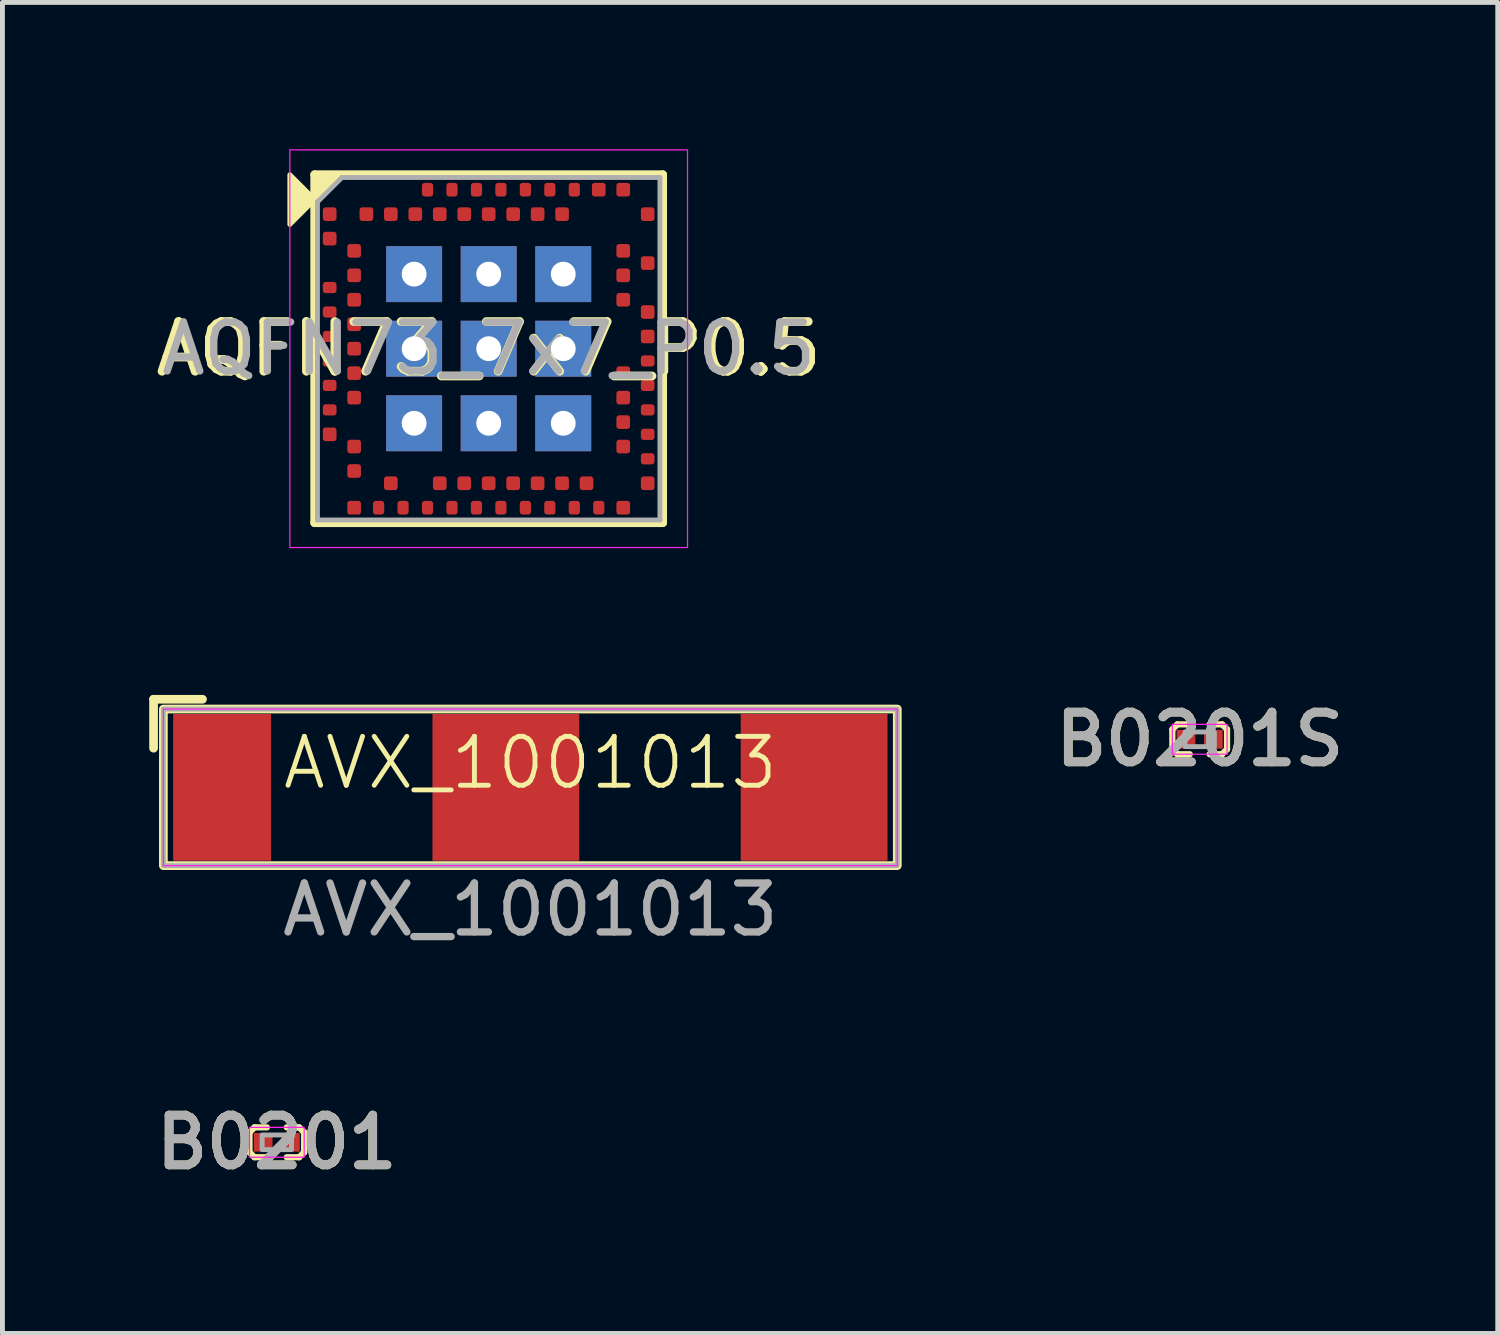
<source format=kicad_pcb>
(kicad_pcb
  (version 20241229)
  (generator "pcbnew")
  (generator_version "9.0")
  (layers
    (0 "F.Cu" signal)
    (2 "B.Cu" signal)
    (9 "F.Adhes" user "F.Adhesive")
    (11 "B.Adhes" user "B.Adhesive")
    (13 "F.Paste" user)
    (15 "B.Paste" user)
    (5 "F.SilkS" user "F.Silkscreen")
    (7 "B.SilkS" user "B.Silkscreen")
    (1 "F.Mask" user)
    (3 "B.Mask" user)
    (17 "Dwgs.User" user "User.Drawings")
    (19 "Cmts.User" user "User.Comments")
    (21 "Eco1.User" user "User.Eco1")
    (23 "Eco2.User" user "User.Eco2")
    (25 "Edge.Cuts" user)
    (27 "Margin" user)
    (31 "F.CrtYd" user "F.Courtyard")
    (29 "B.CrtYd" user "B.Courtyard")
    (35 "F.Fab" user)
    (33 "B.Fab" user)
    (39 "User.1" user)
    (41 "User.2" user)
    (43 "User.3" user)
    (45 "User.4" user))
  (footprint "B0201S"
    (layer "F.Cu")
    (at 21.47 12.06)
    (property "Reference" "B0201S" (at 0 0 0) (layer "F.SilkS") (effects (font (size 1.016 1.016) (thickness 0.178))))
    (attr smd)
    (fp_line (start -0.559 -0.203) (end -0.559 0.203) (stroke (width 0.127) (type solid)) (layer "F.SilkS"))
    (fp_line (start -0.559 -0.203) (end -0.457 -0.305) (stroke (width 0.127) (type solid)) (layer "F.SilkS"))
    (fp_line (start -0.559 0.203) (end -0.457 0.305) (stroke (width 0.127) (type solid)) (layer "F.SilkS"))
    (fp_line (start -0.457 0.305) (end -0.203 0.305) (stroke (width 0.127) (type solid)) (layer "F.SilkS"))
    (fp_line (start -0.203 -0.305) (end -0.457 -0.305) (stroke (width 0.127) (type solid)) (layer "F.SilkS"))
    (fp_line (start 0.457 -0.305) (end 0.203 -0.305) (stroke (width 0.127) (type solid)) (layer "F.SilkS"))
    (fp_line (start 0.457 0.305) (end 0.203 0.305) (stroke (width 0.127) (type solid)) (layer "F.SilkS"))
    (fp_line (start 0.457 0.305) (end 0.559 0.203) (stroke (width 0.127) (type solid)) (layer "F.SilkS"))
    (fp_line (start 0.559 -0.203) (end 0.457 -0.305) (stroke (width 0.127) (type solid)) (layer "F.SilkS"))
    (fp_line (start 0.559 -0.203) (end 0.559 0.203) (stroke (width 0.127) (type solid)) (layer "F.SilkS"))
    (fp_rect (start -0.559 -0.305) (end 0.559 0.305) (stroke (width 0.025) (type solid)) (fill no) (layer "F.CrtYd"))
    (fp_rect (start -0.3 -0.15) (end 0.3 0.15) (stroke (width 0.1) (type solid)) (fill no) (layer "F.Fab"))
    (fp_text user "${REFERENCE}" (at 0 0 0) (layer "F.Fab") (effects (font (size 1.016 1.016) (thickness 0.178))))
    (pad "1" smd rect (at -0.279 0) (size 0.381 0.381) (layers "F.Cu" "F.Mask" "F.Paste"))
    (pad "2" smd rect (at 0.279 0) (size 0.381 0.381) (layers "F.Cu" "F.Mask" "F.Paste")))
  (footprint "B0201"
    (layer "F.Cu")
    (at 2.608 20.297)
    (property "Reference" "B0201" (at 0 0 0) (layer "F.SilkS") (effects (font (size 1.016 1.016) (thickness 0.178))))
    (attr smd)
    (fp_line (start -0.559 -0.203) (end -0.559 0.203) (stroke (width 0.127) (type solid)) (layer "F.SilkS"))
    (fp_line (start -0.559 -0.203) (end -0.457 -0.305) (stroke (width 0.127) (type solid)) (layer "F.SilkS"))
    (fp_line (start -0.559 0.203) (end -0.457 0.305) (stroke (width 0.127) (type solid)) (layer "F.SilkS"))
    (fp_line (start -0.457 0.305) (end -0.203 0.305) (stroke (width 0.127) (type solid)) (layer "F.SilkS"))
    (fp_line (start -0.203 -0.305) (end -0.457 -0.305) (stroke (width 0.127) (type solid)) (layer "F.SilkS"))
    (fp_line (start 0.457 -0.305) (end 0.203 -0.305) (stroke (width 0.127) (type solid)) (layer "F.SilkS"))
    (fp_line (start 0.457 0.305) (end 0.203 0.305) (stroke (width 0.127) (type solid)) (layer "F.SilkS"))
    (fp_line (start 0.457 0.305) (end 0.559 0.203) (stroke (width 0.127) (type solid)) (layer "F.SilkS"))
    (fp_line (start 0.559 -0.203) (end 0.457 -0.305) (stroke (width 0.127) (type solid)) (layer "F.SilkS"))
    (fp_line (start 0.559 -0.203) (end 0.559 0.203) (stroke (width 0.127) (type solid)) (layer "F.SilkS"))
    (fp_line (start 0.559 0.203) (end 0.559 -0.203) (stroke (width 0.12) (type solid)) (layer "F.SilkS"))
    (fp_rect (start -0.559 -0.305) (end 0.559 0.305) (stroke (width 0.025) (type solid)) (fill no) (layer "F.CrtYd"))
    (fp_rect (start -0.3 -0.15) (end 0.3 0.15) (stroke (width 0.1) (type solid)) (fill no) (layer "F.Fab"))
    (fp_text user "${REFERENCE}" (at 0 0 0) (layer "F.Fab") (effects (font (size 1.016 1.016) (thickness 0.178))))
    (pad "1" smd rect (at -0.279 0) (size 0.381 0.381) (layers "F.Cu" "F.Mask" "F.Paste"))
    (pad "2" smd rect (at 0.279 0) (size 0.381 0.381) (layers "F.Cu" "F.Mask" "F.Paste")))
  (footprint "AVX_1001013"
    (layer "F.Cu")
    (at 7.789 13.042)
    (property "Reference" "AVX_1001013" (at 0 -0.5 0) (unlocked yes) (layer "F.SilkS") (effects (font (size 1 1) (thickness 0.1))))
    (attr smd)
    (fp_line (start -7.7 -0.8) (end -7.7 -1.8) (stroke (width 0.178) (type default)) (layer "F.SilkS"))
    (fp_line (start -6.7 -1.8) (end -7.7 -1.8) (stroke (width 0.178) (type default)) (layer "F.SilkS"))
    (fp_rect (start -7.5 -1.6) (end 7.5 1.6) (stroke (width 0.178) (type default)) (fill no) (layer "F.SilkS"))
    (fp_rect (start -7.5 -1.6) (end 7.5 1.6) (stroke (width 0.025) (type default)) (fill no) (layer "F.CrtYd"))
    (fp_rect (start -7.5 -1.6) (end 7.5 1.6) (stroke (width 0.1) (type default)) (fill no) (layer "F.Fab"))
    (fp_text user "${REFERENCE}" (at 0 2.5 0) (unlocked yes) (layer "F.Fab") (effects (font (size 1 1) (thickness 0.15))))
    (pad "1" smd rect (at -6.3 0) (size 2 3) (layers "F.Cu" "F.Mask" "F.Paste"))
    (pad "2" smd rect (at -0.5 0) (size 3 3) (layers "F.Cu" "F.Mask" "F.Paste"))
    (pad "3" smd rect (at 5.8 0) (size 3 3) (layers "F.Cu" "F.Mask" "F.Paste")))
  (footprint "AQFN73_7x7_P0.5"
    (layer "F.Cu")
    (at 6.938 4.077)
    (property "Reference" "AQFN73_7x7_P0.5" (at 0 0 0) (layer "F.SilkS") (effects (font (size 1.016 1.016) (thickness 0.178))))
    (attr smd)
    (fp_line (start -3.556 3.556) (end -3.556 -3.556) (stroke (width 0.178) (type solid)) (layer "F.SilkS"))
    (fp_line (start -3.556 3.556) (end 3.556 3.556) (stroke (width 0.178) (type solid)) (layer "F.SilkS"))
    (fp_line (start 3.556 -3.556) (end -3.556 -3.556) (stroke (width 0.178) (type solid)) (layer "F.SilkS"))
    (fp_line (start 3.556 -3.556) (end 3.556 3.556) (stroke (width 0.178) (type solid)) (layer "F.SilkS"))
    (fp_poly (pts (xy -3.556 -3.048) (xy -4.064 -2.54) (xy -4.064 -3.556)) (stroke (width 0.1) (type solid)) (fill yes) (layer "F.SilkS"))
    (fp_poly (pts (xy -3.556 -3.048) (xy -3.556 -3.556) (xy -3.048 -3.556)) (stroke (width 0.1) (type solid)) (fill yes) (layer "F.SilkS"))
    (fp_rect (start -4.064 -4.064) (end 4.064 4.064) (stroke (width 0.025) (type solid)) (fill no) (layer "F.CrtYd"))
    (fp_line (start -3.5 -3) (end -3.5 3.5) (stroke (width 0.1) (type solid)) (layer "F.Fab"))
    (fp_line (start -3.5 -3) (end -3 -3.5) (stroke (width 0.1) (type solid)) (layer "F.Fab"))
    (fp_line (start -3.5 3.5) (end 3.5 3.5) (stroke (width 0.1) (type solid)) (layer "F.Fab"))
    (fp_line (start -3 -3.5) (end 3.5 -3.5) (stroke (width 0.1) (type solid)) (layer "F.Fab"))
    (fp_line (start 3.5 -3.5) (end 3.5 3.5) (stroke (width 0.1) (type solid)) (layer "F.Fab"))
    (fp_text user "${REFERENCE}" (at 0 0 0) (layer "F.Fab") (effects (font (size 1 1) (thickness 0.15))))
    (pad "A8" smd roundrect (at -1.25 -3.25) (size 0.229 0.279) (layers "F.Cu" "F.Mask" "F.Paste") (roundrect_rratio 0.25))
    (pad "A10" smd roundrect (at -0.75 -3.25) (size 0.229 0.279) (layers "F.Cu" "F.Mask" "F.Paste") (roundrect_rratio 0.25))
    (pad "A12" smd roundrect (at -0.25 -3.25) (size 0.229 0.279) (layers "F.Cu" "F.Mask" "F.Paste") (roundrect_rratio 0.25))
    (pad "A14" smd roundrect (at 0.25 -3.25 180) (size 0.229 0.279) (layers "F.Cu" "F.Mask" "F.Paste") (roundrect_rratio 0.25))
    (pad "A16" smd roundrect (at 0.75 -3.25) (size 0.229 0.279) (layers "F.Cu" "F.Mask" "F.Paste") (roundrect_rratio 0.25))
    (pad "A18" smd roundrect (at 1.25 -3.25) (size 0.229 0.279) (layers "F.Cu" "F.Mask" "F.Paste") (roundrect_rratio 0.25))
    (pad "A20" smd roundrect (at 1.75 -3.25) (size 0.229 0.279) (layers "F.Cu" "F.Mask" "F.Paste") (roundrect_rratio 0.25))
    (pad "A22" smd roundrect (at 2.25 -3.25) (size 0.279 0.279) (layers "F.Cu" "F.Mask" "F.Paste") (roundrect_rratio 0.2))
    (pad "A23" smd roundrect (at 2.75 -3.25) (size 0.279 0.279) (layers "F.Cu" "F.Mask" "F.Paste") (roundrect_rratio 0.2))
    (pad "AA24" smd roundrect (at 3.25 2.25) (size 0.279 0.229) (layers "F.Cu" "F.Mask" "F.Paste") (roundrect_rratio 0.25))
    (pad "AB2" smd roundrect (at -2.75 2.5) (size 0.279 0.279) (layers "F.Cu" "F.Mask" "F.Paste") (roundrect_rratio 0.2))
    (pad "AC5" smd roundrect (at -2 2.75) (size 0.279 0.279) (layers "F.Cu" "F.Mask" "F.Paste") (roundrect_rratio 0.2))
    (pad "AC9" smd roundrect (at -1 2.75) (size 0.279 0.279) (layers "F.Cu" "F.Mask" "F.Paste") (roundrect_rratio 0.2))
    (pad "AC11" smd roundrect (at -0.5 2.75) (size 0.279 0.279) (layers "F.Cu" "F.Mask" "F.Paste") (roundrect_rratio 0.2))
    (pad "AC13" smd roundrect (at 0 2.75) (size 0.279 0.279) (layers "F.Cu" "F.Mask" "F.Paste") (roundrect_rratio 0.2))
    (pad "AC15" smd roundrect (at 0.5 2.75) (size 0.279 0.279) (layers "F.Cu" "F.Mask" "F.Paste") (roundrect_rratio 0.2))
    (pad "AC17" smd roundrect (at 1 2.75) (size 0.279 0.279) (layers "F.Cu" "F.Mask" "F.Paste") (roundrect_rratio 0.2))
    (pad "AC19" smd roundrect (at 1.5 2.75 180) (size 0.279 0.279) (layers "F.Cu" "F.Mask" "F.Paste") (roundrect_rratio 0.2))
    (pad "AC21" smd roundrect (at 2 2.75) (size 0.279 0.279) (layers "F.Cu" "F.Mask" "F.Paste") (roundrect_rratio 0.2))
    (pad "AC24" smd roundrect (at 3.25 2.75) (size 0.279 0.279) (layers "F.Cu" "F.Mask" "F.Paste") (roundrect_rratio 0.2))
    (pad "AD2" smd roundrect (at -2.75 3.25) (size 0.279 0.279) (layers "F.Cu" "F.Mask" "F.Paste") (roundrect_rratio 0.182))
    (pad "AD4" smd roundrect (at -2.25 3.25) (size 0.229 0.279) (layers "F.Cu" "F.Mask" "F.Paste") (roundrect_rratio 0.25))
    (pad "AD6" smd roundrect (at -1.75 3.25) (size 0.229 0.279) (layers "F.Cu" "F.Mask" "F.Paste") (roundrect_rratio 0.25))
    (pad "AD8" smd roundrect (at -1.25 3.25) (size 0.229 0.279) (layers "F.Cu" "F.Mask" "F.Paste") (roundrect_rratio 0.25))
    (pad "AD10" smd roundrect (at -0.75 3.25 180) (size 0.229 0.279) (layers "F.Cu" "F.Mask" "F.Paste") (roundrect_rratio 0.25))
    (pad "AD12" smd roundrect (at -0.25 3.25) (size 0.229 0.279) (layers "F.Cu" "F.Mask" "F.Paste") (roundrect_rratio 0.25))
    (pad "AD14" smd roundrect (at 0.25 3.25) (size 0.229 0.279) (layers "F.Cu" "F.Mask" "F.Paste") (roundrect_rratio 0.25))
    (pad "AD16" smd roundrect (at 0.75 3.25) (size 0.229 0.279) (layers "F.Cu" "F.Mask" "F.Paste") (roundrect_rratio 0.25))
    (pad "AD18" smd roundrect (at 1.25 3.25) (size 0.229 0.279) (layers "F.Cu" "F.Mask" "F.Paste") (roundrect_rratio 0.25))
    (pad "AD20" smd roundrect (at 1.75 3.25) (size 0.229 0.279) (layers "F.Cu" "F.Mask" "F.Paste") (roundrect_rratio 0.25))
    (pad "AD22" smd roundrect (at 2.25 3.25) (size 0.229 0.279) (layers "F.Cu" "F.Mask" "F.Paste") (roundrect_rratio 0.25))
    (pad "AD23" smd roundrect (at 2.75 3.25) (size 0.279 0.279) (layers "F.Cu" "F.Mask" "F.Paste") (roundrect_rratio 0.182))
    (pad "B1" smd roundrect (at -3.25 -2.75) (size 0.279 0.279) (layers "F.Cu" "F.Mask" "F.Paste") (roundrect_rratio 0.2))
    (pad "B3" smd roundrect (at -2.5 -2.75) (size 0.279 0.279) (layers "F.Cu" "F.Mask" "F.Paste") (roundrect_rratio 0.2))
    (pad "B5" smd roundrect (at -2 -2.75) (size 0.279 0.279) (layers "F.Cu" "F.Mask" "F.Paste") (roundrect_rratio 0.2))
    (pad "B7" smd roundrect (at -1.5 -2.75) (size 0.279 0.279) (layers "F.Cu" "F.Mask" "F.Paste") (roundrect_rratio 0.2))
    (pad "B9" smd roundrect (at -1 -2.75) (size 0.279 0.279) (layers "F.Cu" "F.Mask" "F.Paste") (roundrect_rratio 0.2))
    (pad "B11" smd roundrect (at -0.5 -2.75) (size 0.279 0.279) (layers "F.Cu" "F.Mask" "F.Paste") (roundrect_rratio 0.2))
    (pad "B13" smd roundrect (at 0 -2.75) (size 0.279 0.279) (layers "F.Cu" "F.Mask" "F.Paste") (roundrect_rratio 0.2))
    (pad "B15" smd roundrect (at 0.5 -2.75) (size 0.279 0.279) (layers "F.Cu" "F.Mask" "F.Paste") (roundrect_rratio 0.2))
    (pad "B17" smd roundrect (at 1 -2.75) (size 0.279 0.279) (layers "F.Cu" "F.Mask" "F.Paste") (roundrect_rratio 0.2))
    (pad "B19" smd roundrect (at 1.5 -2.75) (size 0.279 0.279) (layers "F.Cu" "F.Mask" "F.Paste") (roundrect_rratio 0.2))
    (pad "B24" smd roundrect (at 3.25 -2.75) (size 0.279 0.279) (layers "F.Cu" "F.Mask" "F.Paste") (roundrect_rratio 0.2))
    (pad "C1" smd roundrect (at -3.25 -2.25) (size 0.279 0.279) (layers "F.Cu" "F.Mask" "F.Paste") (roundrect_rratio 0.2))
    (pad "D2" smd roundrect (at -2.75 -2) (size 0.279 0.279) (layers "F.Cu" "F.Mask" "F.Paste") (roundrect_rratio 0.2))
    (pad "D23" smd roundrect (at 2.75 -2) (size 0.279 0.279) (layers "F.Cu" "F.Mask" "F.Paste") (roundrect_rratio 0.2))
    (pad "E24" smd roundrect (at 3.25 -1.75) (size 0.279 0.279) (layers "F.Cu" "F.Mask" "F.Paste") (roundrect_rratio 0.2))
    (pad "EP" thru_hole circle (at -1.524 -1.524) (size 0.762 0.762) (drill 0.508) (layers "*.Cu" "*.Mask"))
    (pad "EP" smd rect (at -1.524 -1.524) (size 1.143 1.143) (layers "F.Cu" "F.Mask" "F.Paste"))
    (pad "EP" smd rect (at -1.524 -1.524) (size 1.143 1.143) (layers "F.Mask" "B.Cu"))
    (pad "EP" thru_hole circle (at -1.524 0) (size 0.762 0.762) (drill 0.508) (layers "*.Cu" "*.Mask"))
    (pad "EP" smd rect (at -1.524 0) (size 1.143 1.143) (layers "F.Cu" "F.Mask" "F.Paste"))
    (pad "EP" smd rect (at -1.524 0) (size 1.143 1.143) (layers "F.Mask" "B.Cu"))
    (pad "EP" thru_hole circle (at -1.524 1.524) (size 0.762 0.762) (drill 0.508) (layers "*.Cu" "*.Mask"))
    (pad "EP" smd rect (at -1.524 1.524) (size 1.143 1.143) (layers "F.Cu" "F.Mask" "F.Paste"))
    (pad "EP" smd rect (at -1.524 1.524) (size 1.143 1.143) (layers "F.Mask" "B.Cu"))
    (pad "EP" thru_hole circle (at 0 -1.524) (size 0.762 0.762) (drill 0.508) (layers "*.Cu" "*.Mask"))
    (pad "EP" smd rect (at 0 -1.524) (size 1.143 1.143) (layers "F.Cu" "F.Mask" "F.Paste"))
    (pad "EP" smd rect (at 0 -1.524) (size 1.143 1.143) (layers "F.Mask" "B.Cu"))
    (pad "EP" thru_hole circle (at 0 0) (size 0.762 0.762) (drill 0.508) (layers "*.Cu" "*.Mask"))
    (pad "EP" smd rect (at 0 0) (size 1.143 1.143) (layers "F.Cu" "F.Mask" "F.Paste"))
    (pad "EP" smd rect (at 0 0) (size 1.143 1.143) (layers "F.Mask" "B.Cu"))
    (pad "EP" thru_hole circle (at 0 1.524) (size 0.762 0.762) (drill 0.508) (layers "*.Cu" "*.Mask"))
    (pad "EP" smd rect (at 0 1.524) (size 1.143 1.143) (layers "F.Cu" "F.Mask" "F.Paste"))
    (pad "EP" smd rect (at 0 1.524) (size 1.143 1.143) (layers "F.Mask" "B.Cu"))
    (pad "EP" thru_hole circle (at 1.524 -1.524) (size 0.762 0.762) (drill 0.508) (layers "*.Cu" "*.Mask"))
    (pad "EP" smd rect (at 1.524 -1.524) (size 1.143 1.143) (layers "F.Cu" "F.Mask" "F.Paste"))
    (pad "EP" smd rect (at 1.524 -1.524) (size 1.143 1.143) (layers "F.Mask" "B.Cu"))
    (pad "EP" thru_hole circle (at 1.524 0) (size 0.762 0.762) (drill 0.508) (layers "*.Cu" "*.Mask"))
    (pad "EP" smd rect (at 1.524 0) (size 1.143 1.143) (layers "F.Cu" "F.Mask" "F.Paste"))
    (pad "EP" smd rect (at 1.524 0) (size 1.143 1.143) (layers "F.Mask" "B.Cu"))
    (pad "EP" thru_hole circle (at 1.524 1.524) (size 0.762 0.762) (drill 0.508) (layers "*.Cu" "*.Mask"))
    (pad "EP" smd rect (at 1.524 1.524) (size 1.143 1.143) (layers "F.Cu" "F.Mask" "F.Paste"))
    (pad "EP" smd rect (at 1.524 1.524) (size 1.143 1.143) (layers "F.Mask" "B.Cu"))
    (pad "F2" smd roundrect (at -2.75 -1.5) (size 0.279 0.279) (layers "F.Cu" "F.Mask" "F.Paste") (roundrect_rratio 0.2))
    (pad "F23" smd roundrect (at 2.75 -1.5) (size 0.279 0.279) (layers "F.Cu" "F.Mask" "F.Paste") (roundrect_rratio 0.2))
    (pad "G1" smd roundrect (at -3.25 -1.25) (size 0.279 0.229) (layers "F.Cu" "F.Mask" "F.Paste") (roundrect_rratio 0.25))
    (pad "H2" smd roundrect (at -2.75 -1) (size 0.279 0.279) (layers "F.Cu" "F.Mask" "F.Paste") (roundrect_rratio 0.2))
    (pad "H23" smd roundrect (at 2.75 -1) (size 0.279 0.279) (layers "F.Cu" "F.Mask" "F.Paste") (roundrect_rratio 0.2))
    (pad "J1" smd roundrect (at -3.25 -0.75) (size 0.279 0.229) (layers "F.Cu" "F.Mask" "F.Paste") (roundrect_rratio 0.25))
    (pad "J24" smd roundrect (at 3.25 -0.75) (size 0.279 0.279) (layers "F.Cu" "F.Mask" "F.Paste") (roundrect_rratio 0.2))
    (pad "K2" smd roundrect (at -2.75 -0.5) (size 0.279 0.279) (layers "F.Cu" "F.Mask" "F.Paste") (roundrect_rratio 0.2))
    (pad "L1" smd roundrect (at -3.25 -0.25) (size 0.279 0.229) (layers "F.Cu" "F.Mask" "F.Paste") (roundrect_rratio 0.25))
    (pad "L24" smd roundrect (at 3.25 -0.25) (size 0.279 0.279) (layers "F.Cu" "F.Mask" "F.Paste") (roundrect_rratio 0.2))
    (pad "M2" smd roundrect (at -2.75 0) (size 0.279 0.279) (layers "F.Cu" "F.Mask" "F.Paste") (roundrect_rratio 0.2))
    (pad "N1" smd roundrect (at -3.25 0.25) (size 0.279 0.229) (layers "F.Cu" "F.Mask" "F.Paste") (roundrect_rratio 0.25))
    (pad "N24" smd roundrect (at 3.25 0.25) (size 0.279 0.229) (layers "F.Cu" "F.Mask" "F.Paste") (roundrect_rratio 0.25))
    (pad "P2" smd roundrect (at -2.75 0.5) (size 0.279 0.279) (layers "F.Cu" "F.Mask" "F.Paste") (roundrect_rratio 0.2))
    (pad "P23" smd roundrect (at 2.75 0.5) (size 0.279 0.279) (layers "F.Cu" "F.Mask" "F.Paste") (roundrect_rratio 0.2))
    (pad "R1" smd roundrect (at -3.25 0.75) (size 0.279 0.229) (layers "F.Cu" "F.Mask" "F.Paste") (roundrect_rratio 0.25))
    (pad "R24" smd roundrect (at 3.25 0.75) (size 0.279 0.229) (layers "F.Cu" "F.Mask" "F.Paste") (roundrect_rratio 0.25))
    (pad "T2" smd roundrect (at -2.75 1) (size 0.279 0.279) (layers "F.Cu" "F.Mask" "F.Paste") (roundrect_rratio 0.2))
    (pad "T23" smd roundrect (at 2.75 1) (size 0.279 0.279) (layers "F.Cu" "F.Mask" "F.Paste") (roundrect_rratio 0.2))
    (pad "U1" smd roundrect (at -3.25 1.25) (size 0.279 0.229) (layers "F.Cu" "F.Mask" "F.Paste") (roundrect_rratio 0.25))
    (pad "U24" smd roundrect (at 3.25 1.25) (size 0.279 0.229) (layers "F.Cu" "F.Mask" "F.Paste") (roundrect_rratio 0.25))
    (pad "V23" smd roundrect (at 2.75 1.5) (size 0.279 0.279) (layers "F.Cu" "F.Mask" "F.Paste") (roundrect_rratio 0.2))
    (pad "W1" smd roundrect (at -3.25 1.75) (size 0.279 0.279) (layers "F.Cu" "F.Mask" "F.Paste") (roundrect_rratio 0.2))
    (pad "W24" smd roundrect (at 3.25 1.75) (size 0.279 0.229) (layers "F.Cu" "F.Mask" "F.Paste") (roundrect_rratio 0.25))
    (pad "Y2" smd roundrect (at -2.75 2) (size 0.279 0.279) (layers "F.Cu" "F.Mask" "F.Paste") (roundrect_rratio 0.2))
    (pad "Y23" smd roundrect (at 2.75 2) (size 0.279 0.279) (layers "F.Cu" "F.Mask" "F.Paste") (roundrect_rratio 0.2)))
  (gr_rect
    (start -3 -3)
    (end 27.562 24.203)
    (stroke (width 0.1) (type default))
    (fill no)
    (layer "Edge.Cuts")))
</source>
